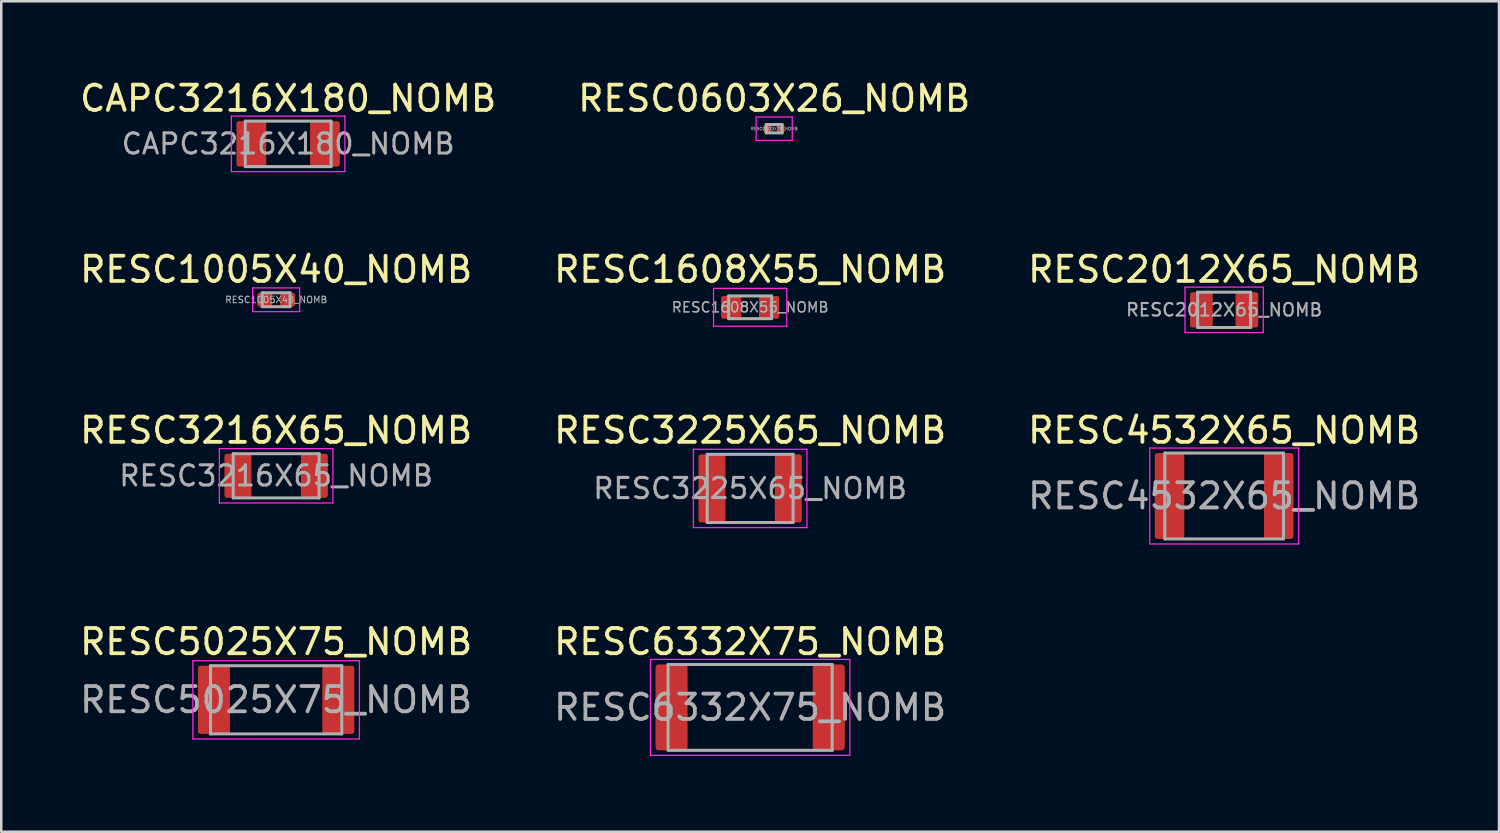
<source format=kicad_pcb>
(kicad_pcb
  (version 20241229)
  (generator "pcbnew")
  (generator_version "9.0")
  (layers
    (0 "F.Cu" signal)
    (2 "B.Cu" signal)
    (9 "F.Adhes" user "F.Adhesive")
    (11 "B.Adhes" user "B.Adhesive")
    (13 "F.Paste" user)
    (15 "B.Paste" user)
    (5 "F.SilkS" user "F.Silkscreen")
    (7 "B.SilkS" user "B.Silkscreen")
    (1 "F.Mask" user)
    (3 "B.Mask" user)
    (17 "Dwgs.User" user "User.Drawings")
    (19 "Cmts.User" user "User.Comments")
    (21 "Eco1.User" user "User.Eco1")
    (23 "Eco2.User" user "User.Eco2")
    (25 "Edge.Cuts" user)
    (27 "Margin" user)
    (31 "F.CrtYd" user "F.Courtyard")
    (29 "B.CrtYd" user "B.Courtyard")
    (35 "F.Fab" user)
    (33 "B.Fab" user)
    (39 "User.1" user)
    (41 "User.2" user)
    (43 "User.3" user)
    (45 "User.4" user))
  (footprint "RESC3225X65_NOMB"
    (layer "F.Cu")
    (at 26.661 16.295)
    (property "Reference" "RESC3225X65_NOMB" (at 0 -2.3 0) (layer "F.SilkS") (effects (font (size 1 1) (thickness 0.15))))
    (attr smd)
    (fp_line (start -2.248 -1.55) (end 2.248 -1.55) (stroke (width 0.05) (type solid)) (layer "F.CrtYd"))
    (fp_line (start -2.248 1.55) (end -2.248 -1.55) (stroke (width 0.05) (type solid)) (layer "F.CrtYd"))
    (fp_line (start 2.248 -1.55) (end 2.248 1.55) (stroke (width 0.05) (type solid)) (layer "F.CrtYd"))
    (fp_line (start 2.248 1.55) (end -2.248 1.55) (stroke (width 0.05) (type solid)) (layer "F.CrtYd"))
    (fp_line (start -1.7 -1.35) (end 1.7 -1.35) (stroke (width 0.12) (type solid)) (layer "F.Fab"))
    (fp_line (start -1.7 1.35) (end -1.7 -1.35) (stroke (width 0.12) (type solid)) (layer "F.Fab"))
    (fp_line (start 1.7 -1.35) (end 1.7 1.35) (stroke (width 0.12) (type solid)) (layer "F.Fab"))
    (fp_line (start 1.7 1.35) (end -1.7 1.35) (stroke (width 0.12) (type solid)) (layer "F.Fab"))
    (fp_text user "${REFERENCE}" (at 0 0 0) (layer "F.Fab") (effects (font (size 0.8 0.8) (thickness 0.12))))
    (pad "1" smd roundrect (at -1.513 0) (size 1.07 2.7) (layers "F.Cu" "F.Mask" "F.Paste") (roundrect_rratio 0.1))
    (pad "2" smd roundrect (at 1.513 0) (size 1.07 2.7) (layers "F.Cu" "F.Mask" "F.Paste") (roundrect_rratio 0.1)))
  (footprint "RESC3216X65_NOMB"
    (layer "F.Cu")
    (at 7.887 15.795)
    (property "Reference" "RESC3216X65_NOMB" (at 0 -1.8 0) (layer "F.SilkS") (effects (font (size 1 1) (thickness 0.15))))
    (attr smd)
    (fp_line (start -2.248 -1.075) (end 2.248 -1.075) (stroke (width 0.05) (type solid)) (layer "F.CrtYd"))
    (fp_line (start -2.248 1.075) (end -2.248 -1.075) (stroke (width 0.05) (type solid)) (layer "F.CrtYd"))
    (fp_line (start 2.248 -1.075) (end 2.248 1.075) (stroke (width 0.05) (type solid)) (layer "F.CrtYd"))
    (fp_line (start 2.248 1.075) (end -2.248 1.075) (stroke (width 0.05) (type solid)) (layer "F.CrtYd"))
    (fp_line (start -1.7 -0.875) (end 1.7 -0.875) (stroke (width 0.12) (type solid)) (layer "F.Fab"))
    (fp_line (start -1.7 0.875) (end -1.7 -0.875) (stroke (width 0.12) (type solid)) (layer "F.Fab"))
    (fp_line (start 1.7 -0.875) (end 1.7 0.875) (stroke (width 0.12) (type solid)) (layer "F.Fab"))
    (fp_line (start 1.7 0.875) (end -1.7 0.875) (stroke (width 0.12) (type solid)) (layer "F.Fab"))
    (fp_text user "${REFERENCE}" (at 0 0 0) (layer "F.Fab") (effects (font (size 0.8 0.8) (thickness 0.12))))
    (pad "1" smd roundrect (at -1.513 0) (size 1.07 1.75) (layers "F.Cu" "F.Mask" "F.Paste") (roundrect_rratio 0.1))
    (pad "2" smd roundrect (at 1.513 0) (size 1.07 1.75) (layers "F.Cu" "F.Mask" "F.Paste") (roundrect_rratio 0.1)))
  (footprint "RESC1005X40_NOMB"
    (layer "F.Cu")
    (at 7.887 8.822)
    (property "Reference" "RESC1005X40_NOMB" (at 0 -1.2 0) (layer "F.SilkS") (effects (font (size 1 1) (thickness 0.15))))
    (attr smd)
    (fp_line (start -0.93 -0.47) (end 0.93 -0.47) (stroke (width 0.05) (type solid)) (layer "F.CrtYd"))
    (fp_line (start -0.93 0.47) (end -0.93 -0.47) (stroke (width 0.05) (type solid)) (layer "F.CrtYd"))
    (fp_line (start 0.93 -0.47) (end 0.93 0.47) (stroke (width 0.05) (type solid)) (layer "F.CrtYd"))
    (fp_line (start 0.93 0.47) (end -0.93 0.47) (stroke (width 0.05) (type solid)) (layer "F.CrtYd"))
    (fp_line (start -0.55 -0.275) (end 0.55 -0.275) (stroke (width 0.12) (type solid)) (layer "F.Fab"))
    (fp_line (start -0.55 0.275) (end -0.55 -0.275) (stroke (width 0.12) (type solid)) (layer "F.Fab"))
    (fp_line (start 0.55 -0.275) (end 0.55 0.275) (stroke (width 0.12) (type solid)) (layer "F.Fab"))
    (fp_line (start 0.55 0.275) (end -0.55 0.275) (stroke (width 0.12) (type solid)) (layer "F.Fab"))
    (fp_text user "${REFERENCE}" (at 0 0 0) (layer "F.Fab") (effects (font (size 0.26 0.26) (thickness 0.04))))
    (pad "1" smd roundrect (at -0.457 0) (size 0.59 0.55) (layers "F.Cu" "F.Mask" "F.Paste") (roundrect_rratio 0.182))
    (pad "2" smd roundrect (at 0.457 0) (size 0.59 0.55) (layers "F.Cu" "F.Mask" "F.Paste") (roundrect_rratio 0.182)))
  (footprint "RESC1608X55_NOMB"
    (layer "F.Cu")
    (at 26.661 9.121)
    (property "Reference" "RESC1608X55_NOMB" (at 0 -1.5 0) (layer "F.SilkS") (effects (font (size 1 1) (thickness 0.15))))
    (attr smd)
    (fp_line (start -1.45 -0.75) (end 1.45 -0.75) (stroke (width 0.05) (type solid)) (layer "F.CrtYd"))
    (fp_line (start -1.45 0.75) (end -1.45 -0.75) (stroke (width 0.05) (type solid)) (layer "F.CrtYd"))
    (fp_line (start 1.45 -0.75) (end 1.45 0.75) (stroke (width 0.05) (type solid)) (layer "F.CrtYd"))
    (fp_line (start 1.45 0.75) (end -1.45 0.75) (stroke (width 0.05) (type solid)) (layer "F.CrtYd"))
    (fp_line (start -0.85 -0.45) (end 0.85 -0.45) (stroke (width 0.12) (type solid)) (layer "F.Fab"))
    (fp_line (start -0.85 0.45) (end -0.85 -0.45) (stroke (width 0.12) (type solid)) (layer "F.Fab"))
    (fp_line (start 0.85 -0.45) (end 0.85 0.45) (stroke (width 0.12) (type solid)) (layer "F.Fab"))
    (fp_line (start 0.85 0.45) (end -0.85 0.45) (stroke (width 0.12) (type solid)) (layer "F.Fab"))
    (fp_text user "${REFERENCE}" (at 0 0 0) (layer "F.Fab") (effects (font (size 0.4 0.4) (thickness 0.06))))
    (pad "1" smd roundrect (at -0.75 0) (size 0.8 0.9) (layers "F.Cu" "F.Mask" "F.Paste") (roundrect_rratio 0.1))
    (pad "2" smd roundrect (at 0.75 0) (size 0.8 0.9) (layers "F.Cu" "F.Mask" "F.Paste") (roundrect_rratio 0.1)))
  (footprint "RESC0603X26_NOMB"
    (layer "F.Cu")
    (at 27.613 2.048)
    (property "Reference" "RESC0603X26_NOMB" (at 0 -1.2 0) (layer "F.SilkS") (effects (font (size 1 1) (thickness 0.15))))
    (attr smd)
    (fp_line (start -0.715 -0.465) (end 0.715 -0.465) (stroke (width 0.05) (type solid)) (layer "F.CrtYd"))
    (fp_line (start -0.715 0.465) (end -0.715 -0.465) (stroke (width 0.05) (type solid)) (layer "F.CrtYd"))
    (fp_line (start 0.715 -0.465) (end 0.715 0.465) (stroke (width 0.05) (type solid)) (layer "F.CrtYd"))
    (fp_line (start 0.715 0.465) (end -0.715 0.465) (stroke (width 0.05) (type solid)) (layer "F.CrtYd"))
    (fp_line (start -0.315 -0.165) (end 0.315 -0.165) (stroke (width 0.12) (type solid)) (layer "F.Fab"))
    (fp_line (start -0.315 0.165) (end -0.315 -0.165) (stroke (width 0.12) (type solid)) (layer "F.Fab"))
    (fp_line (start 0.315 -0.165) (end 0.315 0.165) (stroke (width 0.12) (type solid)) (layer "F.Fab"))
    (fp_line (start 0.315 0.165) (end -0.315 0.165) (stroke (width 0.12) (type solid)) (layer "F.Fab"))
    (fp_text user "${REFERENCE}" (at 0 0 0) (layer "F.Fab") (effects (font (size 0.12 0.12) (thickness 0.02) (bold yes))))
    (pad "1" smd roundrect (at -0.263 0) (size 0.3 0.33) (layers "F.Cu" "F.Mask" "F.Paste") (roundrect_rratio 0.267))
    (pad "2" smd roundrect (at 0.263 0) (size 0.3 0.33) (layers "F.Cu" "F.Mask" "F.Paste") (roundrect_rratio 0.267)))
  (footprint "RESC5025X75_NOMB"
    (layer "F.Cu")
    (at 7.887 24.668)
    (property "Reference" "RESC5025X75_NOMB" (at 0 -2.3 0) (layer "F.SilkS") (effects (font (size 1 1) (thickness 0.15))))
    (attr smd)
    (fp_line (start -3.298 -1.55) (end 3.298 -1.55) (stroke (width 0.05) (type solid)) (layer "F.CrtYd"))
    (fp_line (start -3.298 1.55) (end -3.298 -1.55) (stroke (width 0.05) (type solid)) (layer "F.CrtYd"))
    (fp_line (start 3.298 -1.55) (end 3.298 1.55) (stroke (width 0.05) (type solid)) (layer "F.CrtYd"))
    (fp_line (start 3.298 1.55) (end -3.298 1.55) (stroke (width 0.05) (type solid)) (layer "F.CrtYd"))
    (fp_line (start -2.6 -1.35) (end 2.6 -1.35) (stroke (width 0.12) (type solid)) (layer "F.Fab"))
    (fp_line (start -2.6 1.35) (end -2.6 -1.35) (stroke (width 0.12) (type solid)) (layer "F.Fab"))
    (fp_line (start 2.6 -1.35) (end 2.6 1.35) (stroke (width 0.12) (type solid)) (layer "F.Fab"))
    (fp_line (start 2.6 1.35) (end -2.6 1.35) (stroke (width 0.12) (type solid)) (layer "F.Fab"))
    (fp_text user "${REFERENCE}" (at 0 0 0) (layer "F.Fab") (effects (font (size 1 1) (thickness 0.15))))
    (pad "1" smd roundrect (at -2.463 0) (size 1.27 2.7) (layers "F.Cu" "F.Mask" "F.Paste") (roundrect_rratio 0.079))
    (pad "2" smd roundrect (at 2.463 0) (size 1.27 2.7) (layers "F.Cu" "F.Mask" "F.Paste") (roundrect_rratio 0.079)))
  (footprint "RESC2012X65_NOMB"
    (layer "F.Cu")
    (at 45.435 9.222)
    (property "Reference" "RESC2012X65_NOMB" (at 0 -1.6 0) (layer "F.SilkS") (effects (font (size 1 1) (thickness 0.15))))
    (attr smd)
    (fp_line (start -1.55 -0.9) (end 1.55 -0.9) (stroke (width 0.05) (type solid)) (layer "F.CrtYd"))
    (fp_line (start -1.55 0.9) (end -1.55 -0.9) (stroke (width 0.05) (type solid)) (layer "F.CrtYd"))
    (fp_line (start 1.55 -0.9) (end 1.55 0.9) (stroke (width 0.05) (type solid)) (layer "F.CrtYd"))
    (fp_line (start 1.55 0.9) (end -1.55 0.9) (stroke (width 0.05) (type solid)) (layer "F.CrtYd"))
    (fp_line (start -1.05 -0.7) (end 1.05 -0.7) (stroke (width 0.12) (type solid)) (layer "F.Fab"))
    (fp_line (start -1.05 0.7) (end -1.05 -0.7) (stroke (width 0.12) (type solid)) (layer "F.Fab"))
    (fp_line (start 1.05 -0.7) (end 1.05 0.7) (stroke (width 0.12) (type solid)) (layer "F.Fab"))
    (fp_line (start 1.05 0.7) (end -1.05 0.7) (stroke (width 0.12) (type solid)) (layer "F.Fab"))
    (fp_text user "${REFERENCE}" (at 0 0 0) (layer "F.Fab") (effects (font (size 0.5 0.5) (thickness 0.08))))
    (pad "1" smd roundrect (at -0.9 0) (size 0.9 1.4) (layers "F.Cu" "F.Mask" "F.Paste") (roundrect_rratio 0.1))
    (pad "2" smd roundrect (at 0.9 0) (size 0.9 1.4) (layers "F.Cu" "F.Mask" "F.Paste") (roundrect_rratio 0.1)))
  (footprint "RESC4532X65_NOMB"
    (layer "F.Cu")
    (at 45.435 16.595)
    (property "Reference" "RESC4532X65_NOMB" (at 0 -2.6 0) (layer "F.SilkS") (effects (font (size 1 1) (thickness 0.15))))
    (attr smd)
    (fp_line (start -2.948 -1.9) (end 2.948 -1.9) (stroke (width 0.05) (type solid)) (layer "F.CrtYd"))
    (fp_line (start -2.948 1.9) (end -2.948 -1.9) (stroke (width 0.05) (type solid)) (layer "F.CrtYd"))
    (fp_line (start 2.948 -1.9) (end 2.948 1.9) (stroke (width 0.05) (type solid)) (layer "F.CrtYd"))
    (fp_line (start 2.948 1.9) (end -2.948 1.9) (stroke (width 0.05) (type solid)) (layer "F.CrtYd"))
    (fp_line (start -2.35 -1.7) (end 2.35 -1.7) (stroke (width 0.12) (type solid)) (layer "F.Fab"))
    (fp_line (start -2.35 1.7) (end -2.35 -1.7) (stroke (width 0.12) (type solid)) (layer "F.Fab"))
    (fp_line (start 2.35 -1.7) (end 2.35 1.7) (stroke (width 0.12) (type solid)) (layer "F.Fab"))
    (fp_line (start 2.35 1.7) (end -2.35 1.7) (stroke (width 0.12) (type solid)) (layer "F.Fab"))
    (fp_text user "${REFERENCE}" (at 0 0 0) (layer "F.Fab") (effects (font (size 1 1) (thickness 0.15))))
    (pad "1" smd roundrect (at -2.163 0) (size 1.17 3.4) (layers "F.Cu" "F.Mask" "F.Paste") (roundrect_rratio 0.1))
    (pad "2" smd roundrect (at 2.163 0) (size 1.17 3.4) (layers "F.Cu" "F.Mask" "F.Paste") (roundrect_rratio 0.1)))
  (footprint "RESC6332X75_NOMB"
    (layer "F.Cu")
    (at 26.661 24.968)
    (property "Reference" "RESC6332X75_NOMB" (at 0 -2.6 0) (layer "F.SilkS") (effects (font (size 1 1) (thickness 0.15))))
    (attr smd)
    (fp_line (start -3.948 -1.9) (end 3.948 -1.9) (stroke (width 0.05) (type solid)) (layer "F.CrtYd"))
    (fp_line (start -3.948 1.9) (end -3.948 -1.9) (stroke (width 0.05) (type solid)) (layer "F.CrtYd"))
    (fp_line (start 3.948 -1.9) (end 3.948 1.9) (stroke (width 0.05) (type solid)) (layer "F.CrtYd"))
    (fp_line (start 3.948 1.9) (end -3.948 1.9) (stroke (width 0.05) (type solid)) (layer "F.CrtYd"))
    (fp_line (start -3.25 -1.7) (end 3.25 -1.7) (stroke (width 0.12) (type solid)) (layer "F.Fab"))
    (fp_line (start -3.25 1.7) (end -3.25 -1.7) (stroke (width 0.12) (type solid)) (layer "F.Fab"))
    (fp_line (start 3.25 -1.7) (end 3.25 1.7) (stroke (width 0.12) (type solid)) (layer "F.Fab"))
    (fp_line (start 3.25 1.7) (end -3.25 1.7) (stroke (width 0.12) (type solid)) (layer "F.Fab"))
    (fp_text user "${REFERENCE}" (at 0 0 0) (layer "F.Fab") (effects (font (size 1 1) (thickness 0.15))))
    (pad "1" smd roundrect (at -3.113 0) (size 1.27 3.4) (layers "F.Cu" "F.Mask" "F.Paste") (roundrect_rratio 0.1))
    (pad "2" smd roundrect (at 3.113 0) (size 1.27 3.4) (layers "F.Cu" "F.Mask" "F.Paste") (roundrect_rratio 0.1)))
  (footprint "CAPC3216X180_NOMB"
    (layer "F.Cu")
    (at 8.363 2.648)
    (property "Reference" "CAPC3216X180_NOMB" (at 0 -1.8 0) (layer "F.SilkS") (effects (font (size 1 1) (thickness 0.15))))
    (attr smd)
    (fp_line (start -2.248 -1.1) (end 2.248 -1.1) (stroke (width 0.05) (type solid)) (layer "F.CrtYd"))
    (fp_line (start -2.248 1.1) (end -2.248 -1.1) (stroke (width 0.05) (type solid)) (layer "F.CrtYd"))
    (fp_line (start 2.248 -1.1) (end 2.248 1.1) (stroke (width 0.05) (type solid)) (layer "F.CrtYd"))
    (fp_line (start 2.248 1.1) (end -2.248 1.1) (stroke (width 0.05) (type solid)) (layer "F.CrtYd"))
    (fp_line (start -1.7 -0.9) (end 1.7 -0.9) (stroke (width 0.12) (type solid)) (layer "F.Fab"))
    (fp_line (start -1.7 0.9) (end -1.7 -0.9) (stroke (width 0.12) (type solid)) (layer "F.Fab"))
    (fp_line (start 1.7 -0.9) (end 1.7 0.9) (stroke (width 0.12) (type solid)) (layer "F.Fab"))
    (fp_line (start 1.7 0.9) (end -1.7 0.9) (stroke (width 0.12) (type solid)) (layer "F.Fab"))
    (fp_text user "${REFERENCE}" (at 0 0 0) (layer "F.Fab") (effects (font (size 0.8 0.8) (thickness 0.12))))
    (pad "1" smd roundrect (at -1.458 0) (size 1.18 1.8) (layers "F.Cu" "F.Mask" "F.Paste") (roundrect_rratio 0.085))
    (pad "2" smd roundrect (at 1.458 0) (size 1.18 1.8) (property pad_prop_testpoint) (layers "F.Cu" "F.Mask" "F.Paste") (roundrect_rratio 0.085)))
  (gr_rect
    (start -3 -3)
    (end 56.321 29.893)
    (stroke (width 0.1) (type default))
    (fill no)
    (layer "Edge.Cuts")))
</source>
